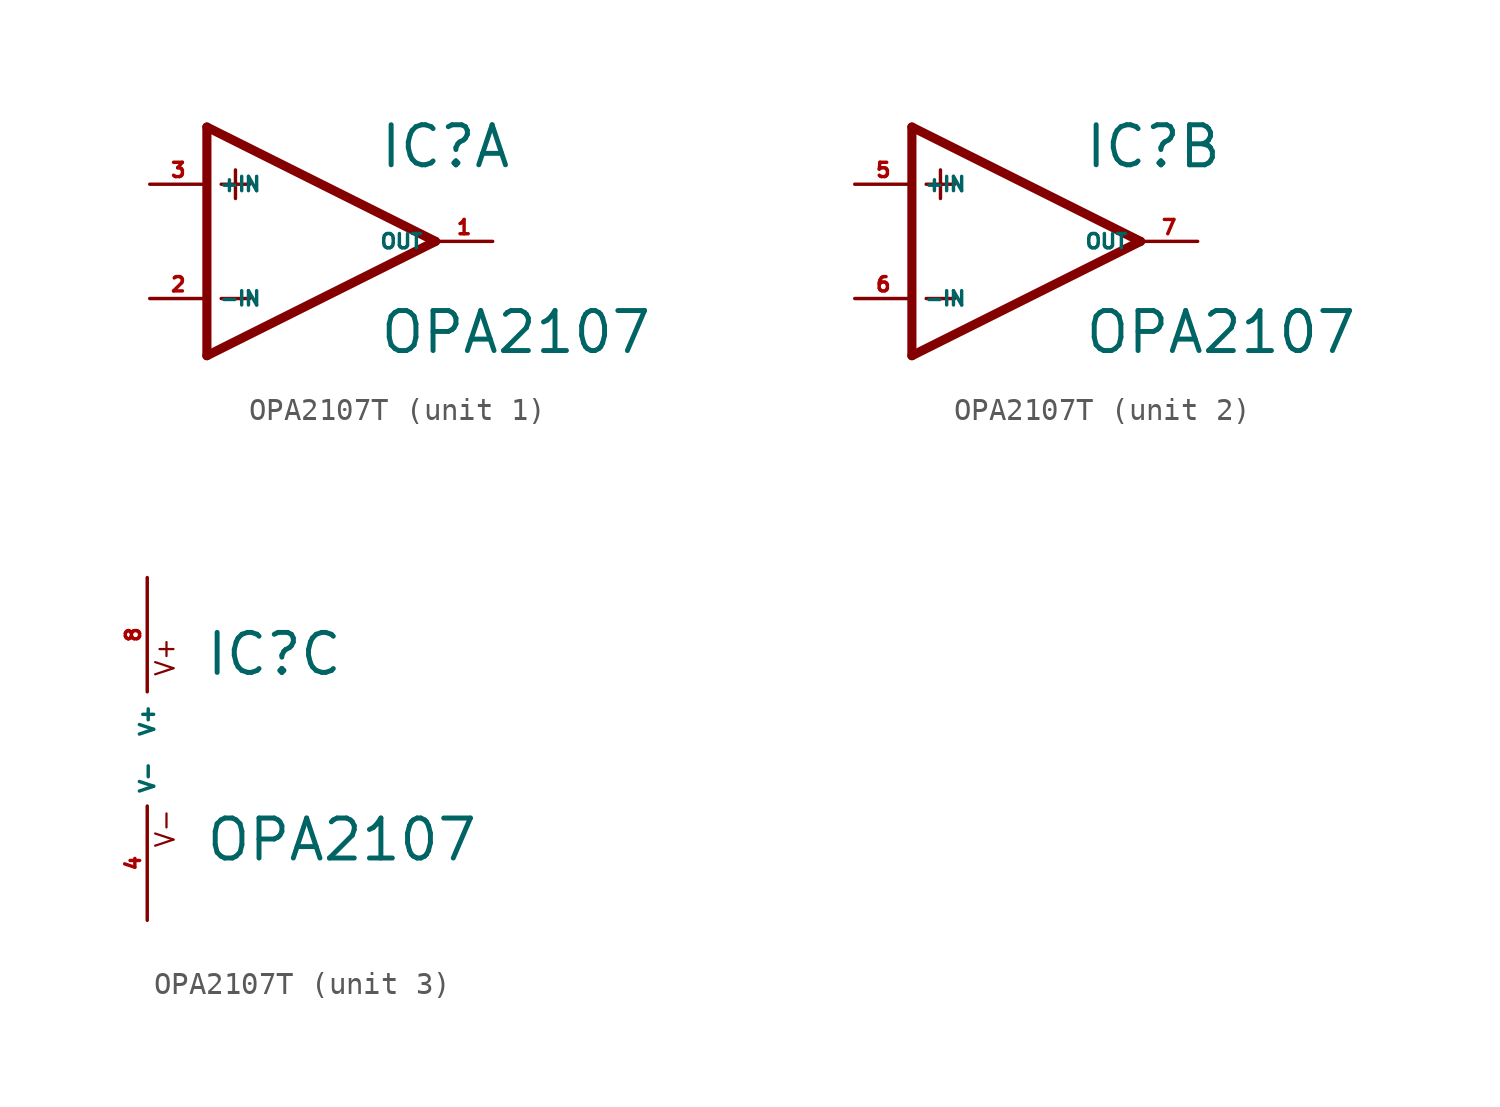
<source format=kicad_sym>
(kicad_symbol_lib
  (version 20220914)
  (generator Eagle2Kicad)
  (symbol "OPA2107T"
    (property "Reference" "IC"
      (at 2.54 3.175 0)
      (effects (font (size 1.778 1.778) (thickness 0.22)) (justify left bottom)))
    (property "Value" "OPA2107"
      (at 2.54 -5.08 0)
      (effects (font (size 1.778 1.778) (thickness 0.22)) (justify left bottom)))
    (symbol "OPA2107T_1_0"
      (polyline (pts (xy -5.08 5.08) (xy -5.08 -5.08)) (stroke (width 0.406) (type default)) (fill (type none)))
      (polyline (pts (xy -5.08 -5.08) (xy 5.08 0)) (stroke (width 0.406) (type default)) (fill (type none)))
      (polyline (pts (xy 5.08 0) (xy -5.08 5.08)) (stroke (width 0.406) (type default)) (fill (type none)))
      (polyline (pts (xy -3.81 3.175) (xy -3.81 1.905)) (stroke (width 0.152) (type default)) (fill (type none)))
      (polyline (pts (xy -4.445 2.54) (xy -3.175 2.54)) (stroke (width 0.152) (type default)) (fill (type none)))
      (polyline (pts (xy -4.445 -2.54) (xy -3.175 -2.54)) (stroke (width 0.152) (type default)) (fill (type none)))
      (pin input line (at -7.62 -2.54 0) (length 2.54) (name "-IN" (effects (font (size 0.635 0.635) (thickness 0.08)) (justify left bottom))) (number "2" (effects (font (size 0.635 0.635) (thickness 0.08)) (justify left bottom))))
      (pin input line (at -7.62 2.54 0) (length 2.54) (name "+IN" (effects (font (size 0.635 0.635) (thickness 0.08)) (justify left bottom))) (number "3" (effects (font (size 0.635 0.635) (thickness 0.08)) (justify left bottom))))
      (pin output line (at 7.62 0 180) (length 2.54) (name "OUT" (effects (font (size 0.635 0.635) (thickness 0.08)) (justify left bottom))) (number "1" (effects (font (size 0.635 0.635) (thickness 0.08)) (justify left bottom)))))
    (symbol "OPA2107T_2_0"
      (polyline (pts (xy -5.08 5.08) (xy -5.08 -5.08)) (stroke (width 0.406) (type default)) (fill (type none)))
      (polyline (pts (xy -5.08 -5.08) (xy 5.08 0)) (stroke (width 0.406) (type default)) (fill (type none)))
      (polyline (pts (xy 5.08 0) (xy -5.08 5.08)) (stroke (width 0.406) (type default)) (fill (type none)))
      (polyline (pts (xy -3.81 3.175) (xy -3.81 1.905)) (stroke (width 0.152) (type default)) (fill (type none)))
      (polyline (pts (xy -4.445 2.54) (xy -3.175 2.54)) (stroke (width 0.152) (type default)) (fill (type none)))
      (polyline (pts (xy -4.445 -2.54) (xy -3.175 -2.54)) (stroke (width 0.152) (type default)) (fill (type none)))
      (pin input line (at -7.62 -2.54 0) (length 2.54) (name "-IN" (effects (font (size 0.635 0.635) (thickness 0.08)) (justify left bottom))) (number "6" (effects (font (size 0.635 0.635) (thickness 0.08)) (justify left bottom))))
      (pin input line (at -7.62 2.54 0) (length 2.54) (name "+IN" (effects (font (size 0.635 0.635) (thickness 0.08)) (justify left bottom))) (number "5" (effects (font (size 0.635 0.635) (thickness 0.08)) (justify left bottom))))
      (pin output line (at 7.62 0 180) (length 2.54) (name "OUT" (effects (font (size 0.635 0.635) (thickness 0.08)) (justify left bottom))) (number "7" (effects (font (size 0.635 0.635) (thickness 0.08)) (justify left bottom)))))
    (symbol "OPA2107T_3_0"
      (text "V+" (at 1.27 3.175 900) (effects (font (size 0.813 0.813) (thickness 0.10)) (justify left bottom)))
      (text "V-" (at 1.27 -4.445 900) (effects (font (size 0.813 0.813) (thickness 0.10)) (justify left bottom)))
      (pin unspecified line (at 0 7.62 270) (length 5.08) (name "V+" (effects (font (size 0.635 0.635) (thickness 0.08)) (justify left bottom))) (number "8" (effects (font (size 0.635 0.635) (thickness 0.08)) (justify left bottom))))
      (pin unspecified line (at 0 -7.62 90) (length 5.08) (name "V-" (effects (font (size 0.635 0.635) (thickness 0.08)) (justify left bottom))) (number "4" (effects (font (size 0.635 0.635) (thickness 0.08)) (justify left bottom)))))))
</source>
